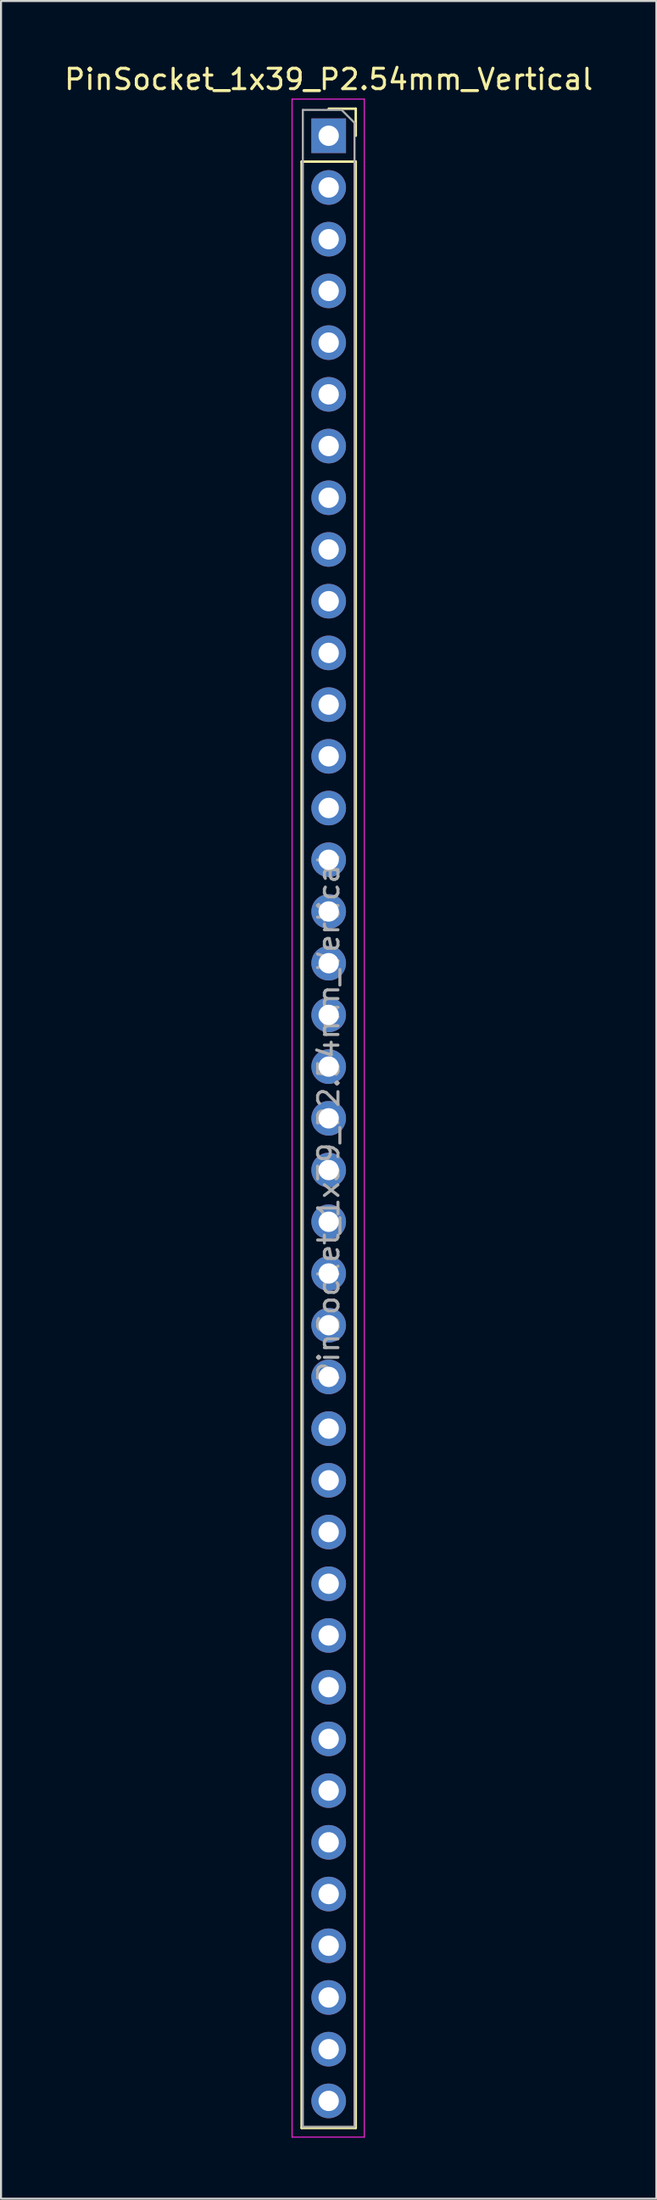
<source format=kicad_pcb>
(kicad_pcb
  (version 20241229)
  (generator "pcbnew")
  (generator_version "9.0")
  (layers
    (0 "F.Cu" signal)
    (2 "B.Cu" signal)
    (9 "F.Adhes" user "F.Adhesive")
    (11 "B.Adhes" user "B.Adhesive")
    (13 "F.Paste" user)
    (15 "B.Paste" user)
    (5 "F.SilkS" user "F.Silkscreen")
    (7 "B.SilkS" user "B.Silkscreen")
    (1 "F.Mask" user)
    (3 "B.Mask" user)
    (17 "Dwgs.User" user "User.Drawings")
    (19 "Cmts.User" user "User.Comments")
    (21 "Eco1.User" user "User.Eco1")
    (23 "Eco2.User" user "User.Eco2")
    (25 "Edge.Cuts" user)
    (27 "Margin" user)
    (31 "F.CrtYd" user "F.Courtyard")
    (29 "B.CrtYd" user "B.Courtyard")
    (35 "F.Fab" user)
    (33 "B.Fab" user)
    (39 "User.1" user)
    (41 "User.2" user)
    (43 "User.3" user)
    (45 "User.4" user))
  (footprint "PinSocket_1x39_P2.54mm_Vertical"
    (layer "F.Cu")
    (at 13.101 3.618)
    (property "Reference" "PinSocket_1x39_P2.54mm_Vertical" (at 0 -2.77 0) (layer "F.SilkS") (effects (font (size 1 1) (thickness 0.15))))
    (attr through_hole)
    (fp_line (start -1.33 1.27) (end -1.33 97.85) (stroke (width 0.12) (type solid)) (layer "F.SilkS"))
    (fp_line (start -1.33 1.27) (end 1.33 1.27) (stroke (width 0.12) (type solid)) (layer "F.SilkS"))
    (fp_line (start -1.33 97.85) (end 1.33 97.85) (stroke (width 0.12) (type solid)) (layer "F.SilkS"))
    (fp_line (start 0 -1.33) (end 1.33 -1.33) (stroke (width 0.12) (type solid)) (layer "F.SilkS"))
    (fp_line (start 1.33 -1.33) (end 1.33 0) (stroke (width 0.12) (type solid)) (layer "F.SilkS"))
    (fp_line (start 1.33 1.27) (end 1.33 97.85) (stroke (width 0.12) (type solid)) (layer "F.SilkS"))
    (fp_line (start -1.8 -1.8) (end 1.75 -1.8) (stroke (width 0.05) (type solid)) (layer "F.CrtYd"))
    (fp_line (start -1.8 98.3) (end -1.8 -1.8) (stroke (width 0.05) (type solid)) (layer "F.CrtYd"))
    (fp_line (start 1.75 -1.8) (end 1.75 98.3) (stroke (width 0.05) (type solid)) (layer "F.CrtYd"))
    (fp_line (start 1.75 98.3) (end -1.8 98.3) (stroke (width 0.05) (type solid)) (layer "F.CrtYd"))
    (fp_line (start -1.27 -1.27) (end 0.635 -1.27) (stroke (width 0.1) (type solid)) (layer "F.Fab"))
    (fp_line (start -1.27 97.79) (end -1.27 -1.27) (stroke (width 0.1) (type solid)) (layer "F.Fab"))
    (fp_line (start 0.635 -1.27) (end 1.27 -0.635) (stroke (width 0.1) (type solid)) (layer "F.Fab"))
    (fp_line (start 1.27 -0.635) (end 1.27 97.79) (stroke (width 0.1) (type solid)) (layer "F.Fab"))
    (fp_line (start 1.27 97.79) (end -1.27 97.79) (stroke (width 0.1) (type solid)) (layer "F.Fab"))
    (fp_text user "${REFERENCE}" (at 0 48.26 90) (layer "F.Fab") (effects (font (size 1 1) (thickness 0.15))))
    (pad "1" thru_hole rect (at 0 0) (size 1.7 1.7) (drill 1) (layers "*.Cu" "*.Mask"))
    (pad "2" thru_hole oval (at 0 2.54) (size 1.7 1.7) (drill 1) (layers "*.Cu" "*.Mask"))
    (pad "3" thru_hole oval (at 0 5.08) (size 1.7 1.7) (drill 1) (layers "*.Cu" "*.Mask"))
    (pad "4" thru_hole oval (at 0 7.62) (size 1.7 1.7) (drill 1) (layers "*.Cu" "*.Mask"))
    (pad "5" thru_hole oval (at 0 10.16) (size 1.7 1.7) (drill 1) (layers "*.Cu" "*.Mask"))
    (pad "6" thru_hole oval (at 0 12.7) (size 1.7 1.7) (drill 1) (layers "*.Cu" "*.Mask"))
    (pad "7" thru_hole oval (at 0 15.24) (size 1.7 1.7) (drill 1) (layers "*.Cu" "*.Mask"))
    (pad "8" thru_hole oval (at 0 17.78) (size 1.7 1.7) (drill 1) (layers "*.Cu" "*.Mask"))
    (pad "9" thru_hole oval (at 0 20.32) (size 1.7 1.7) (drill 1) (layers "*.Cu" "*.Mask"))
    (pad "10" thru_hole oval (at 0 22.86) (size 1.7 1.7) (drill 1) (layers "*.Cu" "*.Mask"))
    (pad "11" thru_hole oval (at 0 25.4) (size 1.7 1.7) (drill 1) (layers "*.Cu" "*.Mask"))
    (pad "12" thru_hole oval (at 0 27.94) (size 1.7 1.7) (drill 1) (layers "*.Cu" "*.Mask"))
    (pad "13" thru_hole oval (at 0 30.48) (size 1.7 1.7) (drill 1) (layers "*.Cu" "*.Mask"))
    (pad "14" thru_hole oval (at 0 33.02) (size 1.7 1.7) (drill 1) (layers "*.Cu" "*.Mask"))
    (pad "15" thru_hole oval (at 0 35.56) (size 1.7 1.7) (drill 1) (layers "*.Cu" "*.Mask"))
    (pad "16" thru_hole oval (at 0 38.1) (size 1.7 1.7) (drill 1) (layers "*.Cu" "*.Mask"))
    (pad "17" thru_hole oval (at 0 40.64) (size 1.7 1.7) (drill 1) (layers "*.Cu" "*.Mask"))
    (pad "18" thru_hole oval (at 0 43.18) (size 1.7 1.7) (drill 1) (layers "*.Cu" "*.Mask"))
    (pad "19" thru_hole oval (at 0 45.72) (size 1.7 1.7) (drill 1) (layers "*.Cu" "*.Mask"))
    (pad "20" thru_hole oval (at 0 48.26) (size 1.7 1.7) (drill 1) (layers "*.Cu" "*.Mask"))
    (pad "21" thru_hole oval (at 0 50.8) (size 1.7 1.7) (drill 1) (layers "*.Cu" "*.Mask"))
    (pad "22" thru_hole oval (at 0 53.34) (size 1.7 1.7) (drill 1) (layers "*.Cu" "*.Mask"))
    (pad "23" thru_hole oval (at 0 55.88) (size 1.7 1.7) (drill 1) (layers "*.Cu" "*.Mask"))
    (pad "24" thru_hole oval (at 0 58.42) (size 1.7 1.7) (drill 1) (layers "*.Cu" "*.Mask"))
    (pad "25" thru_hole oval (at 0 60.96) (size 1.7 1.7) (drill 1) (layers "*.Cu" "*.Mask"))
    (pad "26" thru_hole oval (at 0 63.5) (size 1.7 1.7) (drill 1) (layers "*.Cu" "*.Mask"))
    (pad "27" thru_hole oval (at 0 66.04) (size 1.7 1.7) (drill 1) (layers "*.Cu" "*.Mask"))
    (pad "28" thru_hole oval (at 0 68.58) (size 1.7 1.7) (drill 1) (layers "*.Cu" "*.Mask"))
    (pad "29" thru_hole oval (at 0 71.12) (size 1.7 1.7) (drill 1) (layers "*.Cu" "*.Mask"))
    (pad "30" thru_hole oval (at 0 73.66) (size 1.7 1.7) (drill 1) (layers "*.Cu" "*.Mask"))
    (pad "31" thru_hole oval (at 0 76.2) (size 1.7 1.7) (drill 1) (layers "*.Cu" "*.Mask"))
    (pad "32" thru_hole oval (at 0 78.74) (size 1.7 1.7) (drill 1) (layers "*.Cu" "*.Mask"))
    (pad "33" thru_hole oval (at 0 81.28) (size 1.7 1.7) (drill 1) (layers "*.Cu" "*.Mask"))
    (pad "34" thru_hole oval (at 0 83.82) (size 1.7 1.7) (drill 1) (layers "*.Cu" "*.Mask"))
    (pad "35" thru_hole oval (at 0 86.36) (size 1.7 1.7) (drill 1) (layers "*.Cu" "*.Mask"))
    (pad "36" thru_hole oval (at 0 88.9) (size 1.7 1.7) (drill 1) (layers "*.Cu" "*.Mask"))
    (pad "37" thru_hole oval (at 0 91.44) (size 1.7 1.7) (drill 1) (layers "*.Cu" "*.Mask"))
    (pad "38" thru_hole oval (at 0 93.98) (size 1.7 1.7) (drill 1) (layers "*.Cu" "*.Mask"))
    (pad "39" thru_hole oval (at 0 96.52) (size 1.7 1.7) (drill 1) (layers "*.Cu" "*.Mask")))
  (gr_rect
    (start -3 -3)
    (end 29.202 104.943)
    (stroke (width 0.1) (type default))
    (fill no)
    (layer "Edge.Cuts")))
</source>
